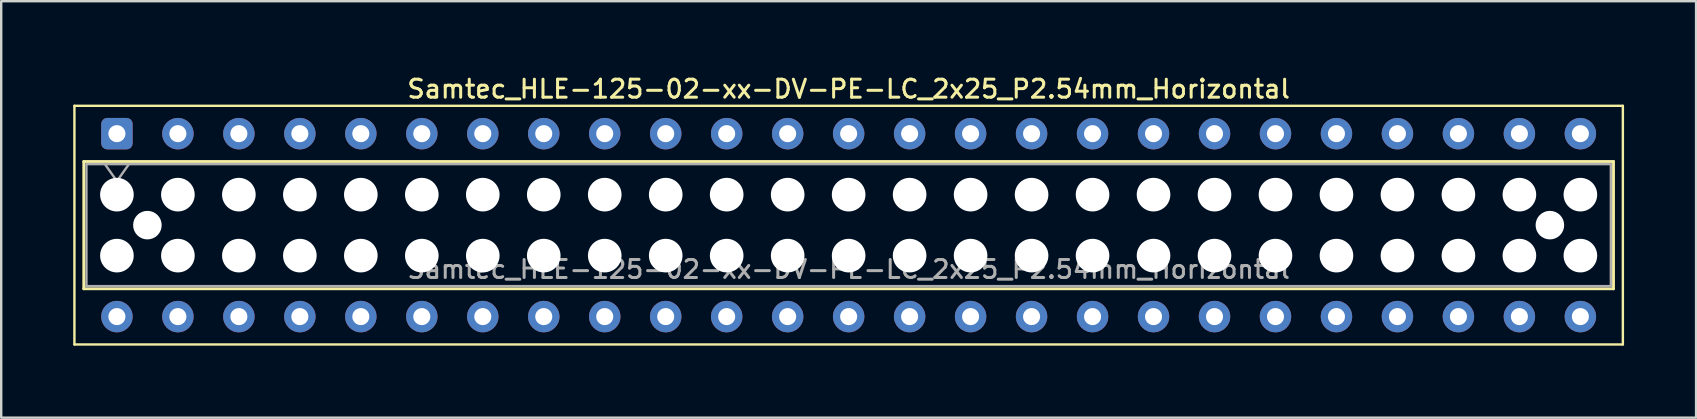
<source format=kicad_pcb>
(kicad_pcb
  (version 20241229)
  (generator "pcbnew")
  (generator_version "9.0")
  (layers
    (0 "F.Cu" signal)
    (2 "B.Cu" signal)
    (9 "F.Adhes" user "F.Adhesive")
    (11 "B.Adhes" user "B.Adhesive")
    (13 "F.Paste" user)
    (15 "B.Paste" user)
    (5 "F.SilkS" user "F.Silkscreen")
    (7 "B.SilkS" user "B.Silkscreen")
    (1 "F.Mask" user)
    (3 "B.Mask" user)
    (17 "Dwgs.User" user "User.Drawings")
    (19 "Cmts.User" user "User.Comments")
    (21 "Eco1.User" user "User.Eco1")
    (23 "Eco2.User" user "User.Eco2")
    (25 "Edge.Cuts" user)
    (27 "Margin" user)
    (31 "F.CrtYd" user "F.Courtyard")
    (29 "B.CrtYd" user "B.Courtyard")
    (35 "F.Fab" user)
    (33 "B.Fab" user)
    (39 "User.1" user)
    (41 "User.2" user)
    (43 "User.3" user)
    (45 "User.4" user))
  (footprint "Samtec_HLE-125-02-xx-DV-PE-LC_2x25_P2.54mm_Horizontal"
    (layer "F.Cu")
    (at 1.82 2.518)
    (property "Reference" "Samtec_HLE-125-02-xx-DV-PE-LC_2x25_P2.54mm_Horizontal" (at 30.48 -1.86 0) (layer "F.SilkS") (effects (font (size 0.75 0.75) (thickness 0.125))))
    (attr through_hole)
    (fp_line (start -1.77 -1.16) (end 62.73 -1.16) (stroke (width 0.1) (type solid)) (layer "F.SilkS"))
    (fp_line (start -1.77 8.78) (end -1.77 -1.16) (stroke (width 0.1) (type solid)) (layer "F.SilkS"))
    (fp_line (start -1.38 1.16) (end 62.34 1.16) (stroke (width 0.12) (type solid)) (layer "F.SilkS"))
    (fp_line (start -1.38 6.46) (end -1.38 1.16) (stroke (width 0.12) (type solid)) (layer "F.SilkS"))
    (fp_line (start 62.34 1.16) (end 62.34 6.46) (stroke (width 0.12) (type solid)) (layer "F.SilkS"))
    (fp_line (start 62.34 6.46) (end -1.38 6.46) (stroke (width 0.12) (type solid)) (layer "F.SilkS"))
    (fp_line (start 62.73 -1.16) (end 62.73 8.78) (stroke (width 0.1) (type solid)) (layer "F.SilkS"))
    (fp_line (start 62.73 8.78) (end -1.77 8.78) (stroke (width 0.1) (type solid)) (layer "F.SilkS"))
    (fp_line (start -1.27 1.27) (end 62.23 1.27) (stroke (width 0.1) (type solid)) (layer "F.Fab"))
    (fp_line (start -1.27 6.35) (end -1.27 1.27) (stroke (width 0.1) (type solid)) (layer "F.Fab"))
    (fp_line (start -0.5 1.27) (end 0 1.977) (stroke (width 0.1) (type solid)) (layer "F.Fab"))
    (fp_line (start 0 1.977) (end 0.5 1.27) (stroke (width 0.1) (type solid)) (layer "F.Fab"))
    (fp_line (start 62.23 1.27) (end 62.23 6.35) (stroke (width 0.1) (type solid)) (layer "F.Fab"))
    (fp_line (start 62.23 6.35) (end -1.27 6.35) (stroke (width 0.1) (type solid)) (layer "F.Fab"))
    (fp_text user "${REFERENCE}" (at 30.48 5.65 0) (layer "F.Fab") (effects (font (size 0.75 0.75) (thickness 0.125))))
    (pad "" np_thru_hole circle (at 0 2.54) (size 1.4 1.4) (drill 1.4) (layers "*.Cu" "*.Mask"))
    (pad "" np_thru_hole circle (at 0 5.08) (size 1.4 1.4) (drill 1.4) (layers "*.Cu" "*.Mask"))
    (pad "" np_thru_hole circle (at 1.27 3.81) (size 1.19 1.19) (drill 1.19) (layers "*.Cu" "*.Mask"))
    (pad "" np_thru_hole circle (at 2.54 2.54) (size 1.4 1.4) (drill 1.4) (layers "*.Cu" "*.Mask"))
    (pad "" np_thru_hole circle (at 2.54 5.08) (size 1.4 1.4) (drill 1.4) (layers "*.Cu" "*.Mask"))
    (pad "" np_thru_hole circle (at 5.08 2.54) (size 1.4 1.4) (drill 1.4) (layers "*.Cu" "*.Mask"))
    (pad "" np_thru_hole circle (at 5.08 5.08) (size 1.4 1.4) (drill 1.4) (layers "*.Cu" "*.Mask"))
    (pad "" np_thru_hole circle (at 7.62 2.54) (size 1.4 1.4) (drill 1.4) (layers "*.Cu" "*.Mask"))
    (pad "" np_thru_hole circle (at 7.62 5.08) (size 1.4 1.4) (drill 1.4) (layers "*.Cu" "*.Mask"))
    (pad "" np_thru_hole circle (at 10.16 2.54) (size 1.4 1.4) (drill 1.4) (layers "*.Cu" "*.Mask"))
    (pad "" np_thru_hole circle (at 10.16 5.08) (size 1.4 1.4) (drill 1.4) (layers "*.Cu" "*.Mask"))
    (pad "" np_thru_hole circle (at 12.7 2.54) (size 1.4 1.4) (drill 1.4) (layers "*.Cu" "*.Mask"))
    (pad "" np_thru_hole circle (at 12.7 5.08) (size 1.4 1.4) (drill 1.4) (layers "*.Cu" "*.Mask"))
    (pad "" np_thru_hole circle (at 15.24 2.54) (size 1.4 1.4) (drill 1.4) (layers "*.Cu" "*.Mask"))
    (pad "" np_thru_hole circle (at 15.24 5.08) (size 1.4 1.4) (drill 1.4) (layers "*.Cu" "*.Mask"))
    (pad "" np_thru_hole circle (at 17.78 2.54) (size 1.4 1.4) (drill 1.4) (layers "*.Cu" "*.Mask"))
    (pad "" np_thru_hole circle (at 17.78 5.08) (size 1.4 1.4) (drill 1.4) (layers "*.Cu" "*.Mask"))
    (pad "" np_thru_hole circle (at 20.32 2.54) (size 1.4 1.4) (drill 1.4) (layers "*.Cu" "*.Mask"))
    (pad "" np_thru_hole circle (at 20.32 5.08) (size 1.4 1.4) (drill 1.4) (layers "*.Cu" "*.Mask"))
    (pad "" np_thru_hole circle (at 22.86 2.54) (size 1.4 1.4) (drill 1.4) (layers "*.Cu" "*.Mask"))
    (pad "" np_thru_hole circle (at 22.86 5.08) (size 1.4 1.4) (drill 1.4) (layers "*.Cu" "*.Mask"))
    (pad "" np_thru_hole circle (at 25.4 2.54) (size 1.4 1.4) (drill 1.4) (layers "*.Cu" "*.Mask"))
    (pad "" np_thru_hole circle (at 25.4 5.08) (size 1.4 1.4) (drill 1.4) (layers "*.Cu" "*.Mask"))
    (pad "" np_thru_hole circle (at 27.94 2.54) (size 1.4 1.4) (drill 1.4) (layers "*.Cu" "*.Mask"))
    (pad "" np_thru_hole circle (at 27.94 5.08) (size 1.4 1.4) (drill 1.4) (layers "*.Cu" "*.Mask"))
    (pad "" np_thru_hole circle (at 30.48 2.54) (size 1.4 1.4) (drill 1.4) (layers "*.Cu" "*.Mask"))
    (pad "" np_thru_hole circle (at 30.48 5.08) (size 1.4 1.4) (drill 1.4) (layers "*.Cu" "*.Mask"))
    (pad "" np_thru_hole circle (at 33.02 2.54) (size 1.4 1.4) (drill 1.4) (layers "*.Cu" "*.Mask"))
    (pad "" np_thru_hole circle (at 33.02 5.08) (size 1.4 1.4) (drill 1.4) (layers "*.Cu" "*.Mask"))
    (pad "" np_thru_hole circle (at 35.56 2.54) (size 1.4 1.4) (drill 1.4) (layers "*.Cu" "*.Mask"))
    (pad "" np_thru_hole circle (at 35.56 5.08) (size 1.4 1.4) (drill 1.4) (layers "*.Cu" "*.Mask"))
    (pad "" np_thru_hole circle (at 38.1 2.54) (size 1.4 1.4) (drill 1.4) (layers "*.Cu" "*.Mask"))
    (pad "" np_thru_hole circle (at 38.1 5.08) (size 1.4 1.4) (drill 1.4) (layers "*.Cu" "*.Mask"))
    (pad "" np_thru_hole circle (at 40.64 2.54) (size 1.4 1.4) (drill 1.4) (layers "*.Cu" "*.Mask"))
    (pad "" np_thru_hole circle (at 40.64 5.08) (size 1.4 1.4) (drill 1.4) (layers "*.Cu" "*.Mask"))
    (pad "" np_thru_hole circle (at 43.18 2.54) (size 1.4 1.4) (drill 1.4) (layers "*.Cu" "*.Mask"))
    (pad "" np_thru_hole circle (at 43.18 5.08) (size 1.4 1.4) (drill 1.4) (layers "*.Cu" "*.Mask"))
    (pad "" np_thru_hole circle (at 45.72 2.54) (size 1.4 1.4) (drill 1.4) (layers "*.Cu" "*.Mask"))
    (pad "" np_thru_hole circle (at 45.72 5.08) (size 1.4 1.4) (drill 1.4) (layers "*.Cu" "*.Mask"))
    (pad "" np_thru_hole circle (at 48.26 2.54) (size 1.4 1.4) (drill 1.4) (layers "*.Cu" "*.Mask"))
    (pad "" np_thru_hole circle (at 48.26 5.08) (size 1.4 1.4) (drill 1.4) (layers "*.Cu" "*.Mask"))
    (pad "" np_thru_hole circle (at 50.8 2.54) (size 1.4 1.4) (drill 1.4) (layers "*.Cu" "*.Mask"))
    (pad "" np_thru_hole circle (at 50.8 5.08) (size 1.4 1.4) (drill 1.4) (layers "*.Cu" "*.Mask"))
    (pad "" np_thru_hole circle (at 53.34 2.54) (size 1.4 1.4) (drill 1.4) (layers "*.Cu" "*.Mask"))
    (pad "" np_thru_hole circle (at 53.34 5.08) (size 1.4 1.4) (drill 1.4) (layers "*.Cu" "*.Mask"))
    (pad "" np_thru_hole circle (at 55.88 2.54) (size 1.4 1.4) (drill 1.4) (layers "*.Cu" "*.Mask"))
    (pad "" np_thru_hole circle (at 55.88 5.08) (size 1.4 1.4) (drill 1.4) (layers "*.Cu" "*.Mask"))
    (pad "" np_thru_hole circle (at 58.42 2.54) (size 1.4 1.4) (drill 1.4) (layers "*.Cu" "*.Mask"))
    (pad "" np_thru_hole circle (at 58.42 5.08) (size 1.4 1.4) (drill 1.4) (layers "*.Cu" "*.Mask"))
    (pad "" np_thru_hole circle (at 59.69 3.81) (size 1.19 1.19) (drill 1.19) (layers "*.Cu" "*.Mask"))
    (pad "" np_thru_hole circle (at 60.96 2.54) (size 1.4 1.4) (drill 1.4) (layers "*.Cu" "*.Mask"))
    (pad "" np_thru_hole circle (at 60.96 5.08) (size 1.4 1.4) (drill 1.4) (layers "*.Cu" "*.Mask"))
    (pad "1" thru_hole roundrect (at 0 0) (size 1.31 1.31) (drill 0.71) (layers "*.Cu" "*.Mask") (roundrect_rratio 0.191))
    (pad "2" thru_hole circle (at 0 7.62) (size 1.31 1.31) (drill 0.71) (layers "*.Cu" "*.Mask"))
    (pad "3" thru_hole circle (at 2.54 0) (size 1.31 1.31) (drill 0.71) (layers "*.Cu" "*.Mask"))
    (pad "4" thru_hole circle (at 2.54 7.62) (size 1.31 1.31) (drill 0.71) (layers "*.Cu" "*.Mask"))
    (pad "5" thru_hole circle (at 5.08 0) (size 1.31 1.31) (drill 0.71) (layers "*.Cu" "*.Mask"))
    (pad "6" thru_hole circle (at 5.08 7.62) (size 1.31 1.31) (drill 0.71) (layers "*.Cu" "*.Mask"))
    (pad "7" thru_hole circle (at 7.62 0) (size 1.31 1.31) (drill 0.71) (layers "*.Cu" "*.Mask"))
    (pad "8" thru_hole circle (at 7.62 7.62) (size 1.31 1.31) (drill 0.71) (layers "*.Cu" "*.Mask"))
    (pad "9" thru_hole circle (at 10.16 0) (size 1.31 1.31) (drill 0.71) (layers "*.Cu" "*.Mask"))
    (pad "10" thru_hole circle (at 10.16 7.62) (size 1.31 1.31) (drill 0.71) (layers "*.Cu" "*.Mask"))
    (pad "11" thru_hole circle (at 12.7 0) (size 1.31 1.31) (drill 0.71) (layers "*.Cu" "*.Mask"))
    (pad "12" thru_hole circle (at 12.7 7.62) (size 1.31 1.31) (drill 0.71) (layers "*.Cu" "*.Mask"))
    (pad "13" thru_hole circle (at 15.24 0) (size 1.31 1.31) (drill 0.71) (layers "*.Cu" "*.Mask"))
    (pad "14" thru_hole circle (at 15.24 7.62) (size 1.31 1.31) (drill 0.71) (layers "*.Cu" "*.Mask"))
    (pad "15" thru_hole circle (at 17.78 0) (size 1.31 1.31) (drill 0.71) (layers "*.Cu" "*.Mask"))
    (pad "16" thru_hole circle (at 17.78 7.62) (size 1.31 1.31) (drill 0.71) (layers "*.Cu" "*.Mask"))
    (pad "17" thru_hole circle (at 20.32 0) (size 1.31 1.31) (drill 0.71) (layers "*.Cu" "*.Mask"))
    (pad "18" thru_hole circle (at 20.32 7.62) (size 1.31 1.31) (drill 0.71) (layers "*.Cu" "*.Mask"))
    (pad "19" thru_hole circle (at 22.86 0) (size 1.31 1.31) (drill 0.71) (layers "*.Cu" "*.Mask"))
    (pad "20" thru_hole circle (at 22.86 7.62) (size 1.31 1.31) (drill 0.71) (layers "*.Cu" "*.Mask"))
    (pad "21" thru_hole circle (at 25.4 0) (size 1.31 1.31) (drill 0.71) (layers "*.Cu" "*.Mask"))
    (pad "22" thru_hole circle (at 25.4 7.62) (size 1.31 1.31) (drill 0.71) (layers "*.Cu" "*.Mask"))
    (pad "23" thru_hole circle (at 27.94 0) (size 1.31 1.31) (drill 0.71) (layers "*.Cu" "*.Mask"))
    (pad "24" thru_hole circle (at 27.94 7.62) (size 1.31 1.31) (drill 0.71) (layers "*.Cu" "*.Mask"))
    (pad "25" thru_hole circle (at 30.48 0) (size 1.31 1.31) (drill 0.71) (layers "*.Cu" "*.Mask"))
    (pad "26" thru_hole circle (at 30.48 7.62) (size 1.31 1.31) (drill 0.71) (layers "*.Cu" "*.Mask"))
    (pad "27" thru_hole circle (at 33.02 0) (size 1.31 1.31) (drill 0.71) (layers "*.Cu" "*.Mask"))
    (pad "28" thru_hole circle (at 33.02 7.62) (size 1.31 1.31) (drill 0.71) (layers "*.Cu" "*.Mask"))
    (pad "29" thru_hole circle (at 35.56 0) (size 1.31 1.31) (drill 0.71) (layers "*.Cu" "*.Mask"))
    (pad "30" thru_hole circle (at 35.56 7.62) (size 1.31 1.31) (drill 0.71) (layers "*.Cu" "*.Mask"))
    (pad "31" thru_hole circle (at 38.1 0) (size 1.31 1.31) (drill 0.71) (layers "*.Cu" "*.Mask"))
    (pad "32" thru_hole circle (at 38.1 7.62) (size 1.31 1.31) (drill 0.71) (layers "*.Cu" "*.Mask"))
    (pad "33" thru_hole circle (at 40.64 0) (size 1.31 1.31) (drill 0.71) (layers "*.Cu" "*.Mask"))
    (pad "34" thru_hole circle (at 40.64 7.62) (size 1.31 1.31) (drill 0.71) (layers "*.Cu" "*.Mask"))
    (pad "35" thru_hole circle (at 43.18 0) (size 1.31 1.31) (drill 0.71) (layers "*.Cu" "*.Mask"))
    (pad "36" thru_hole circle (at 43.18 7.62) (size 1.31 1.31) (drill 0.71) (layers "*.Cu" "*.Mask"))
    (pad "37" thru_hole circle (at 45.72 0) (size 1.31 1.31) (drill 0.71) (layers "*.Cu" "*.Mask"))
    (pad "38" thru_hole circle (at 45.72 7.62) (size 1.31 1.31) (drill 0.71) (layers "*.Cu" "*.Mask"))
    (pad "39" thru_hole circle (at 48.26 0) (size 1.31 1.31) (drill 0.71) (layers "*.Cu" "*.Mask"))
    (pad "40" thru_hole circle (at 48.26 7.62) (size 1.31 1.31) (drill 0.71) (layers "*.Cu" "*.Mask"))
    (pad "41" thru_hole circle (at 50.8 0) (size 1.31 1.31) (drill 0.71) (layers "*.Cu" "*.Mask"))
    (pad "42" thru_hole circle (at 50.8 7.62) (size 1.31 1.31) (drill 0.71) (layers "*.Cu" "*.Mask"))
    (pad "43" thru_hole circle (at 53.34 0) (size 1.31 1.31) (drill 0.71) (layers "*.Cu" "*.Mask"))
    (pad "44" thru_hole circle (at 53.34 7.62) (size 1.31 1.31) (drill 0.71) (layers "*.Cu" "*.Mask"))
    (pad "45" thru_hole circle (at 55.88 0) (size 1.31 1.31) (drill 0.71) (layers "*.Cu" "*.Mask"))
    (pad "46" thru_hole circle (at 55.88 7.62) (size 1.31 1.31) (drill 0.71) (layers "*.Cu" "*.Mask"))
    (pad "47" thru_hole circle (at 58.42 0) (size 1.31 1.31) (drill 0.71) (layers "*.Cu" "*.Mask"))
    (pad "48" thru_hole circle (at 58.42 7.62) (size 1.31 1.31) (drill 0.71) (layers "*.Cu" "*.Mask"))
    (pad "49" thru_hole circle (at 60.96 0) (size 1.31 1.31) (drill 0.71) (layers "*.Cu" "*.Mask"))
    (pad "50" thru_hole circle (at 60.96 7.62) (size 1.31 1.31) (drill 0.71) (layers "*.Cu" "*.Mask")))
  (gr_rect
    (start -3 -3)
    (end 67.6 14.348)
    (stroke (width 0.1) (type default))
    (fill no)
    (layer "Edge.Cuts")))
</source>
